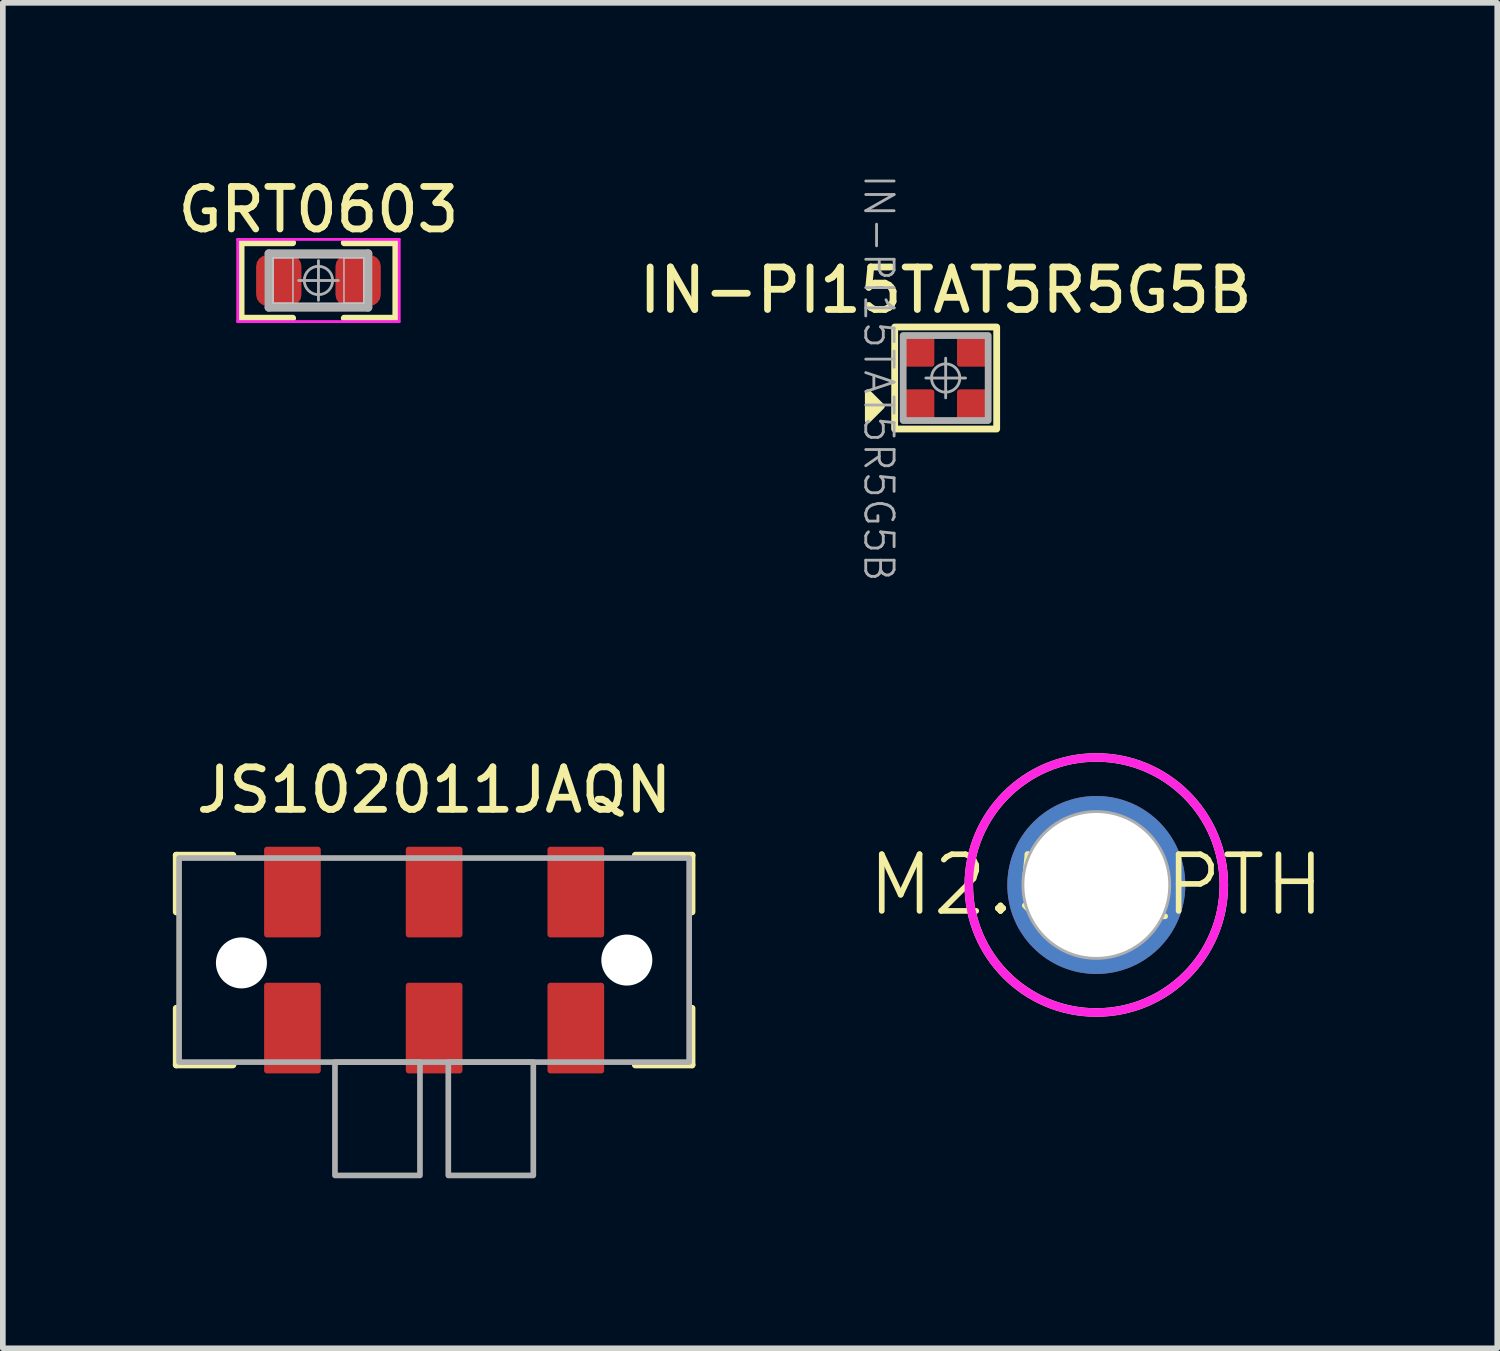
<source format=kicad_pcb>
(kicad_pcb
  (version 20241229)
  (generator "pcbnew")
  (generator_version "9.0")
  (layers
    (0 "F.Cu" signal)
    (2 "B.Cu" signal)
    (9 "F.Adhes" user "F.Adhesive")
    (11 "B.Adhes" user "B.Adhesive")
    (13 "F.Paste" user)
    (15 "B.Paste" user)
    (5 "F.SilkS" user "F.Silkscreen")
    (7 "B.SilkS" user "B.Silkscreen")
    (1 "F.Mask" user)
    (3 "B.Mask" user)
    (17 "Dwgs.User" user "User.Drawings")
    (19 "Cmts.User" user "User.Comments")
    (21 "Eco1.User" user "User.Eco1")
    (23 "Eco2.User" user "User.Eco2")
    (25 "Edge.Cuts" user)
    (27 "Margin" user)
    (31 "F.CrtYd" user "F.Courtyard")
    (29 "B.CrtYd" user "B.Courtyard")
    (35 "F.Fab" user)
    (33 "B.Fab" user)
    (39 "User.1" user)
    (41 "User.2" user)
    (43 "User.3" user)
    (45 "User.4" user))
  (footprint "M2.54_PTH"
    (layer "F.Cu")
    (at 16.294 12.565)
    (property "Reference" "M2.54_PTH" (at 0 0 0) (unlocked yes) (layer "F.SilkS") (effects (font (size 1 1) (thickness 0.1))))
    (attr through_hole)
    (fp_circle (center 0 0) (end 2.25 0) (stroke (width 0.15) (type default)) (fill no) (layer "F.SilkS"))
    (fp_circle (center 0 0) (end 2.25 0) (stroke (width 0.15) (type default)) (fill no) (layer "F.CrtYd"))
    (fp_circle (center 0 0) (end 0 -1.27) (stroke (width 0.1) (type default)) (fill no) (layer "F.Fab"))
    (pad "" thru_hole circle (at 0 0) (size 3.14 3.14) (drill 2.54) (layers "*.Cu" "*.Mask")))
  (footprint "IN-PI15TAT5R5G5B"
    (layer "F.Cu")
    (at 13.636 3.62)
    (property "Reference" "IN-PI15TAT5R5G5B" (at 0 -1.55 0) (unlocked yes) (layer "F.SilkS") (effects (font (size 0.75 0.75) (thickness 0.12))))
    (attr smd)
    (fp_rect (start -0.9 -0.9) (end 0.9 0.9) (stroke (width 0.12) (type default)) (fill no) (layer "F.SilkS"))
    (fp_poly (pts (xy -1.125 0.5) (xy -1.375 0.75) (xy -1.375 0.25)) (stroke (width 0.1) (type solid)) (fill yes) (layer "F.SilkS"))
    (fp_line (start 0 -0.35) (end 0 0.35) (stroke (width 0.05) (type solid)) (layer "F.Fab"))
    (fp_line (start 0.35 0) (end -0.35 0) (stroke (width 0.05) (type solid)) (layer "F.Fab"))
    (fp_rect (start -0.75 -0.75) (end 0.75 0.75) (stroke (width 0.12) (type default)) (fill no) (layer "F.Fab"))
    (fp_circle (center 0 0) (end 0.25 0) (stroke (width 0.05) (type solid)) (fill no) (layer "F.Fab"))
    (fp_text user "${REFERENCE}" (at -0.889 0 270) (unlocked yes) (layer "F.Fab") (effects (font (size 0.5 0.5) (thickness 0.05)) (justify top)))
    (pad "1" smd roundrect (at -0.475 0.475) (size 0.55 0.55) (layers "F.Cu" "F.Mask" "F.Paste") (roundrect_rratio 0.091))
    (pad "2" smd roundrect (at 0.475 0.475) (size 0.55 0.55) (layers "F.Cu" "F.Mask" "F.Paste") (roundrect_rratio 0.091))
    (pad "3" smd roundrect (at 0.475 -0.475) (size 0.55 0.55) (layers "F.Cu" "F.Mask" "F.Paste") (roundrect_rratio 0.091))
    (pad "4" smd roundrect (at -0.475 -0.475) (size 0.55 0.55) (layers "F.Cu" "F.Mask" "F.Paste") (roundrect_rratio 0.091)))
  (footprint "GRT0603"
    (layer "F.Cu")
    (at 2.569 1.899)
    (property "Reference" "GRT0603" (at 0 -1.25 0) (layer "F.SilkS") (effects (font (size 0.75 0.75) (thickness 0.12))))
    (attr smd)
    (fp_line (start -1.365 -0.665) (end -0.455 -0.665) (stroke (width 0.12) (type solid)) (layer "F.SilkS"))
    (fp_line (start -1.365 0.665) (end -1.365 -0.665) (stroke (width 0.12) (type solid)) (layer "F.SilkS"))
    (fp_line (start -0.455 0.665) (end -1.365 0.665) (stroke (width 0.12) (type solid)) (layer "F.SilkS"))
    (fp_line (start 0.455 0.665) (end 1.365 0.665) (stroke (width 0.12) (type solid)) (layer "F.SilkS"))
    (fp_line (start 1.365 -0.665) (end 0.455 -0.665) (stroke (width 0.12) (type solid)) (layer "F.SilkS"))
    (fp_line (start 1.365 0.665) (end 1.365 -0.665) (stroke (width 0.12) (type solid)) (layer "F.SilkS"))
    (fp_line (start -0.8 -0.4) (end -0.45 -0.4) (stroke (width 0.025) (type solid)) (layer "Dwgs.User"))
    (fp_line (start -0.8 -0.4) (end 0.8 -0.4) (stroke (width 0.025) (type solid)) (layer "Dwgs.User"))
    (fp_line (start -0.8 0.4) (end -0.8 -0.4) (stroke (width 0.025) (type solid)) (layer "Dwgs.User"))
    (fp_line (start -0.8 0.4) (end -0.8 -0.4) (stroke (width 0.025) (type solid)) (layer "Dwgs.User"))
    (fp_line (start -0.45 -0.4) (end -0.45 0.4) (stroke (width 0.025) (type solid)) (layer "Dwgs.User"))
    (fp_line (start -0.45 0.4) (end -0.8 0.4) (stroke (width 0.025) (type solid)) (layer "Dwgs.User"))
    (fp_line (start 0.45 -0.4) (end 0.8 -0.4) (stroke (width 0.025) (type solid)) (layer "Dwgs.User"))
    (fp_line (start 0.45 0.4) (end 0.45 -0.4) (stroke (width 0.025) (type solid)) (layer "Dwgs.User"))
    (fp_line (start 0.8 -0.4) (end 0.8 0.4) (stroke (width 0.025) (type solid)) (layer "Dwgs.User"))
    (fp_line (start 0.8 -0.4) (end 0.8 0.4) (stroke (width 0.025) (type solid)) (layer "Dwgs.User"))
    (fp_line (start 0.8 0.4) (end -0.8 0.4) (stroke (width 0.025) (type solid)) (layer "Dwgs.User"))
    (fp_line (start 0.8 0.4) (end 0.45 0.4) (stroke (width 0.025) (type solid)) (layer "Dwgs.User"))
    (fp_line (start -1.425 -0.725) (end 1.425 -0.725) (stroke (width 0.05) (type solid)) (layer "F.CrtYd"))
    (fp_line (start -1.425 0.725) (end -1.425 -0.725) (stroke (width 0.05) (type solid)) (layer "F.CrtYd"))
    (fp_line (start 1.425 -0.725) (end 1.425 0.725) (stroke (width 0.05) (type solid)) (layer "F.CrtYd"))
    (fp_line (start 1.425 0.725) (end -1.425 0.725) (stroke (width 0.05) (type solid)) (layer "F.CrtYd"))
    (fp_line (start -0.875 -0.475) (end 0.875 -0.475) (stroke (width 0.15) (type solid)) (layer "F.Fab"))
    (fp_line (start -0.875 0.475) (end -0.875 -0.475) (stroke (width 0.15) (type solid)) (layer "F.Fab"))
    (fp_line (start 0 -0.35) (end 0 0.35) (stroke (width 0.05) (type solid)) (layer "F.Fab"))
    (fp_line (start 0.35 0) (end -0.35 0) (stroke (width 0.05) (type solid)) (layer "F.Fab"))
    (fp_line (start 0.875 -0.475) (end 0.875 0.475) (stroke (width 0.15) (type solid)) (layer "F.Fab"))
    (fp_line (start 0.875 0.475) (end -0.875 0.475) (stroke (width 0.15) (type solid)) (layer "F.Fab"))
    (fp_circle (center 0 0) (end 0.25 0) (stroke (width 0.05) (type solid)) (fill no) (layer "F.Fab"))
    (pad "1" smd roundrect (at -0.7 0) (size 0.8 0.9) (layers "F.Cu" "F.Mask" "F.Paste") (roundrect_rratio 0.25))
    (pad "2" smd roundrect (at 0.7 0) (size 0.8 0.9) (layers "F.Cu" "F.Mask" "F.Paste") (roundrect_rratio 0.25)))
  (footprint "JS102011JAQN"
    (layer "F.Cu")
    (at 4.61 13.89)
    (property "Reference" "JS102011JAQN" (at 0 -3 0) (unlocked yes) (layer "F.SilkS") (effects (font (size 0.75 0.75) (thickness 0.12))))
    (attr smd)
    (fp_line (start -4.55 -0.85) (end -4.55 -1.85) (stroke (width 0.12) (type solid)) (layer "F.SilkS"))
    (fp_line (start -4.55 1.85) (end -4.55 0.85) (stroke (width 0.12) (type solid)) (layer "F.SilkS"))
    (fp_line (start -3.55 -1.85) (end -4.55 -1.85) (stroke (width 0.12) (type solid)) (layer "F.SilkS"))
    (fp_line (start -3.55 1.85) (end -4.55 1.85) (stroke (width 0.12) (type solid)) (layer "F.SilkS"))
    (fp_line (start 3.55 -1.85) (end 4.55 -1.85) (stroke (width 0.12) (type solid)) (layer "F.SilkS"))
    (fp_line (start 3.55 1.85) (end 4.55 1.85) (stroke (width 0.12) (type solid)) (layer "F.SilkS"))
    (fp_line (start 4.55 -0.85) (end 4.55 -1.85) (stroke (width 0.12) (type solid)) (layer "F.SilkS"))
    (fp_line (start 4.55 0.85) (end 4.55 1.85) (stroke (width 0.12) (type solid)) (layer "F.SilkS"))
    (fp_rect (start -4.5 -1.8) (end 4.5 1.8) (stroke (width 0.1) (type solid)) (fill no) (layer "F.Fab"))
    (fp_rect (start -1.75 1.8) (end -0.25 3.8) (stroke (width 0.1) (type default)) (fill no) (layer "F.Fab"))
    (fp_rect (start 0.25 1.8) (end 1.75 3.8) (stroke (width 0.1) (type default)) (fill no) (layer "F.Fab"))
    (pad "" np_thru_hole circle (at -3.4 0.05) (size 0.9 0.9) (drill 0.9) (layers "*.Cu" "*.Mask"))
    (pad "" np_thru_hole circle (at 3.4 0) (size 0.9 0.9) (drill 0.9) (layers "*.Cu" "*.Mask"))
    (pad "1" smd roundrect (at -2.5 -1.2) (size 1 1.6) (layers "F.Cu" "F.Mask" "F.Paste") (roundrect_rratio 0.05))
    (pad "1" smd roundrect (at -2.5 1.2) (size 1 1.6) (layers "F.Cu" "F.Mask" "F.Paste") (roundrect_rratio 0.05))
    (pad "2" smd roundrect (at 0 -1.2) (size 1 1.6) (layers "F.Cu" "F.Mask" "F.Paste") (roundrect_rratio 0.05))
    (pad "2" smd roundrect (at 0 1.2) (size 1 1.6) (layers "F.Cu" "F.Mask" "F.Paste") (roundrect_rratio 0.05))
    (pad "3" smd roundrect (at 2.5 -1.2) (size 1 1.6) (layers "F.Cu" "F.Mask" "F.Paste") (roundrect_rratio 0.05))
    (pad "3" smd roundrect (at 2.5 1.2) (size 1 1.6) (layers "F.Cu" "F.Mask" "F.Paste") (roundrect_rratio 0.05)))
  (gr_rect
    (start -3 -3)
    (end 23.368 20.74)
    (stroke (width 0.1) (type default))
    (fill no)
    (layer "Edge.Cuts")))
</source>
